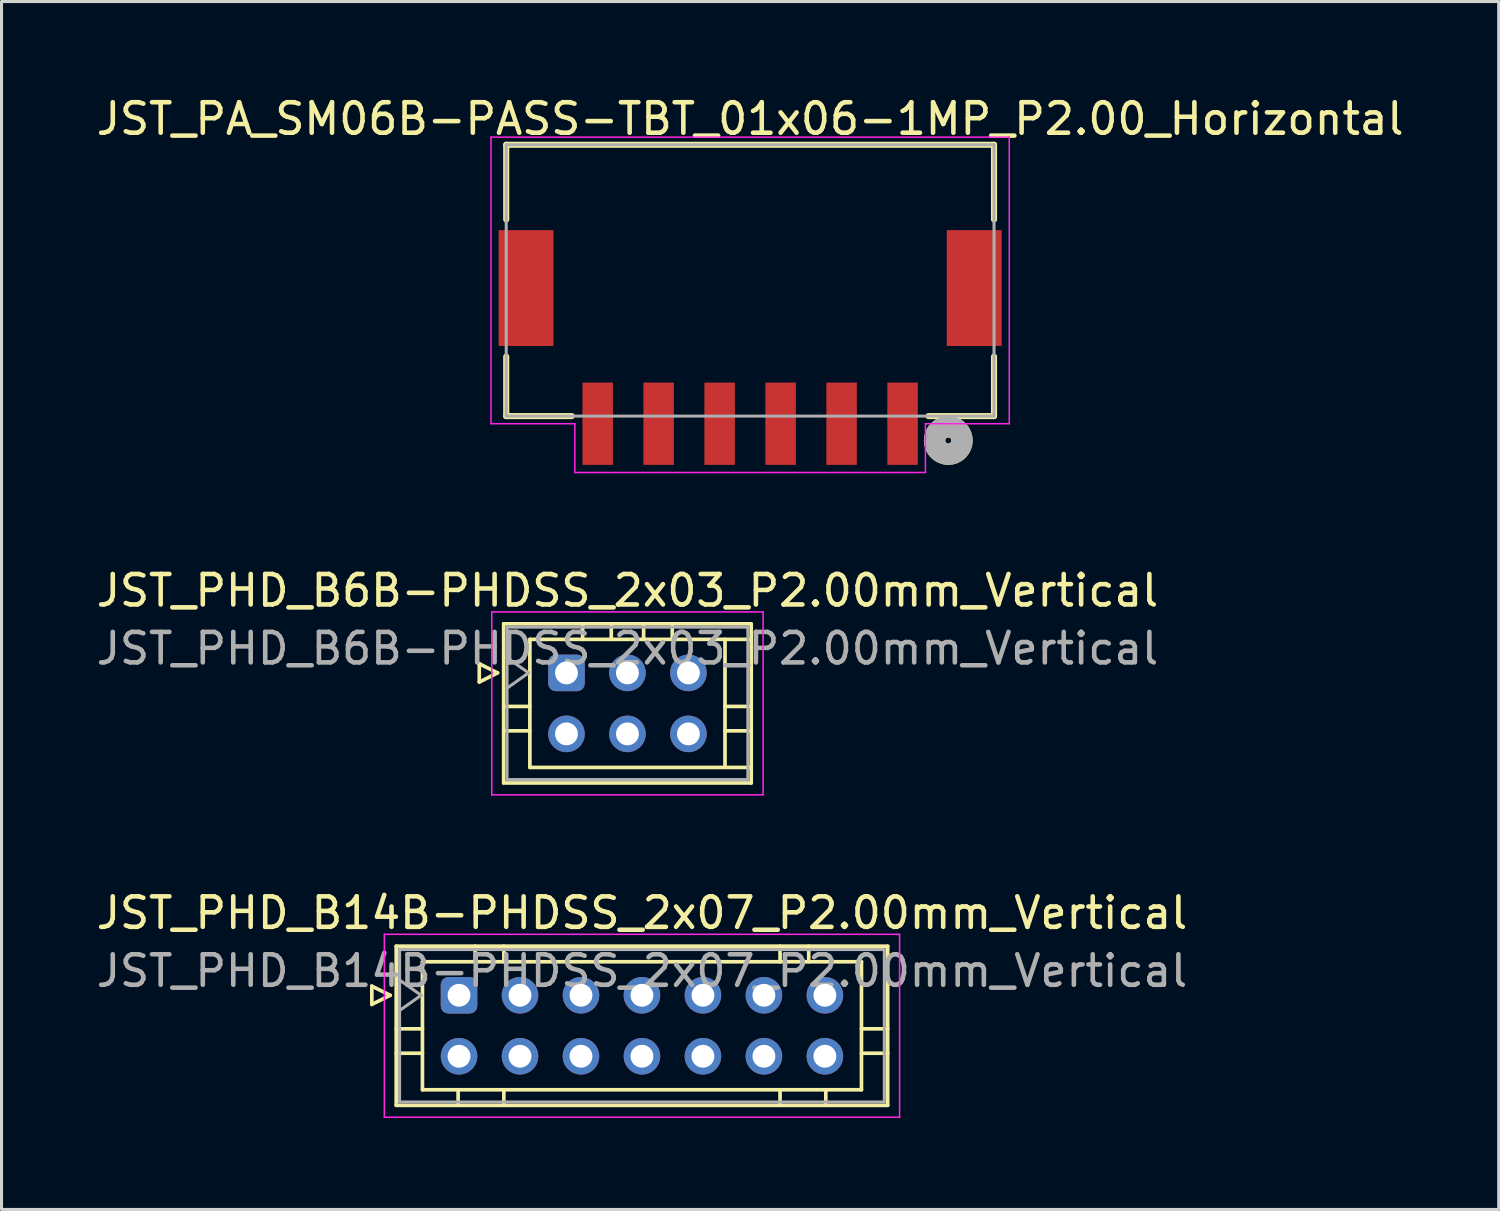
<source format=kicad_pcb>
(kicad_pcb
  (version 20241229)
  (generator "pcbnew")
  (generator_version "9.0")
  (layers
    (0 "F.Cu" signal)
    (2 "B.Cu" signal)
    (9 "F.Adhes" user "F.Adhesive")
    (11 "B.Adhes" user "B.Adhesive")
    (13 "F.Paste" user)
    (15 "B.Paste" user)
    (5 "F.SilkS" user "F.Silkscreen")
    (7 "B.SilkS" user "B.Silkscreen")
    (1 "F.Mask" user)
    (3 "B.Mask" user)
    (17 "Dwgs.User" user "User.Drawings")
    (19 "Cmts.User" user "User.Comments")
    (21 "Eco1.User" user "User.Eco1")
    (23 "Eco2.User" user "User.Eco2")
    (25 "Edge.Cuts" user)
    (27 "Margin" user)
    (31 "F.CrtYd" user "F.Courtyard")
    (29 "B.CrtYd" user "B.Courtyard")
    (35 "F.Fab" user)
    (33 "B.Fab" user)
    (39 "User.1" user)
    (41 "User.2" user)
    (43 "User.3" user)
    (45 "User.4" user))
  (footprint "JST_PHD_B6B-PHDSS_2x03_P2.00mm_Vertical"
    (layer "F.Cu")
    (at 15.53 19.021)
    (property "Reference" "JST_PHD_B6B-PHDSS_2x03_P2.00mm_Vertical" (at 2 -2.7 0) (layer "F.SilkS") (effects (font (size 1 1) (thickness 0.15))))
    (attr through_hole)
    (fp_line (start -2.86 -0.3) (end -2.26 0) (stroke (width 0.12) (type solid)) (layer "F.SilkS"))
    (fp_line (start -2.86 0.3) (end -2.86 -0.3) (stroke (width 0.12) (type solid)) (layer "F.SilkS"))
    (fp_line (start -2.26 0) (end -2.86 0.3) (stroke (width 0.12) (type solid)) (layer "F.SilkS"))
    (fp_line (start -2.06 -1.61) (end -2.06 3.61) (stroke (width 0.12) (type solid)) (layer "F.SilkS"))
    (fp_line (start -2.06 1.1) (end -1.2 1.1) (stroke (width 0.12) (type solid)) (layer "F.SilkS"))
    (fp_line (start -2.06 1.9) (end -1.2 1.9) (stroke (width 0.12) (type solid)) (layer "F.SilkS"))
    (fp_line (start -2.06 3.61) (end 6.06 3.61) (stroke (width 0.12) (type solid)) (layer "F.SilkS"))
    (fp_line (start -1.2 -1.1) (end -1.2 3.1) (stroke (width 0.12) (type solid)) (layer "F.SilkS"))
    (fp_line (start -1.2 3.1) (end 6.05 3.1) (stroke (width 0.12) (type solid)) (layer "F.SilkS"))
    (fp_line (start 0.53 -1.61) (end 0.53 -1.1) (stroke (width 0.12) (type solid)) (layer "F.SilkS"))
    (fp_line (start 1.47 -1.61) (end 1.47 -1.1) (stroke (width 0.12) (type solid)) (layer "F.SilkS"))
    (fp_line (start 2.53 -1.61) (end 2.53 -1.1) (stroke (width 0.12) (type solid)) (layer "F.SilkS"))
    (fp_line (start 3.47 -1.61) (end 3.47 -1.1) (stroke (width 0.12) (type solid)) (layer "F.SilkS"))
    (fp_line (start 5.2 3.1) (end 5.2 -1.1) (stroke (width 0.12) (type solid)) (layer "F.SilkS"))
    (fp_line (start 6.05 -1.61) (end -2.06 -1.61) (stroke (width 0.12) (type solid)) (layer "F.SilkS"))
    (fp_line (start 6.05 -1.1) (end -1.2 -1.1) (stroke (width 0.12) (type solid)) (layer "F.SilkS"))
    (fp_line (start 6.06 1.1) (end 5.2 1.1) (stroke (width 0.12) (type solid)) (layer "F.SilkS"))
    (fp_line (start 6.06 1.9) (end 5.2 1.9) (stroke (width 0.12) (type solid)) (layer "F.SilkS"))
    (fp_line (start 6.06 3.61) (end 6.06 -1.61) (stroke (width 0.12) (type solid)) (layer "F.SilkS"))
    (fp_line (start -2.45 -2) (end -2.45 4) (stroke (width 0.05) (type solid)) (layer "F.CrtYd"))
    (fp_line (start -2.45 4) (end 6.45 4) (stroke (width 0.05) (type solid)) (layer "F.CrtYd"))
    (fp_line (start 6.45 -2) (end -2.45 -2) (stroke (width 0.05) (type solid)) (layer "F.CrtYd"))
    (fp_line (start 6.45 4) (end 6.45 -2) (stroke (width 0.05) (type solid)) (layer "F.CrtYd"))
    (fp_line (start -1.95 -1.5) (end -1.95 3.5) (stroke (width 0.1) (type solid)) (layer "F.Fab"))
    (fp_line (start -1.95 0.5) (end -1.243 0) (stroke (width 0.1) (type solid)) (layer "F.Fab"))
    (fp_line (start -1.95 3.5) (end 5.95 3.5) (stroke (width 0.1) (type solid)) (layer "F.Fab"))
    (fp_line (start -1.243 0) (end -1.95 -0.5) (stroke (width 0.1) (type solid)) (layer "F.Fab"))
    (fp_line (start 5.95 -1.5) (end -1.95 -1.5) (stroke (width 0.1) (type solid)) (layer "F.Fab"))
    (fp_line (start 5.95 3.5) (end 5.95 -1.5) (stroke (width 0.1) (type solid)) (layer "F.Fab"))
    (fp_text user "${REFERENCE}" (at 2 -0.8 0) (layer "F.Fab") (effects (font (size 1 1) (thickness 0.15))))
    (pad "1" thru_hole roundrect (at 0 0) (size 1.2 1.2) (drill 0.75) (layers "*.Cu" "*.Mask") (roundrect_rratio 0.208))
    (pad "2" thru_hole circle (at 0 2) (size 1.2 1.2) (drill 0.75) (layers "*.Cu" "*.Mask"))
    (pad "3" thru_hole circle (at 2 0) (size 1.2 1.2) (drill 0.75) (layers "*.Cu" "*.Mask"))
    (pad "4" thru_hole circle (at 2 2) (size 1.2 1.2) (drill 0.75) (layers "*.Cu" "*.Mask"))
    (pad "5" thru_hole circle (at 4 0) (size 1.2 1.2) (drill 0.75) (layers "*.Cu" "*.Mask"))
    (pad "6" thru_hole circle (at 4 2) (size 1.2 1.2) (drill 0.75) (layers "*.Cu" "*.Mask")))
  (footprint "JST_PHD_B14B-PHDSS_2x07_P2.00mm_Vertical"
    (layer "F.Cu")
    (at 12.006 29.595)
    (property "Reference" "JST_PHD_B14B-PHDSS_2x07_P2.00mm_Vertical" (at 6 -2.7 0) (layer "F.SilkS") (effects (font (size 1 1) (thickness 0.15))))
    (attr through_hole)
    (fp_line (start -2.86 -0.3) (end -2.26 0) (stroke (width 0.12) (type solid)) (layer "F.SilkS"))
    (fp_line (start -2.86 0.3) (end -2.86 -0.3) (stroke (width 0.12) (type solid)) (layer "F.SilkS"))
    (fp_line (start -2.26 0) (end -2.86 0.3) (stroke (width 0.12) (type solid)) (layer "F.SilkS"))
    (fp_line (start -2.06 -1.61) (end -2.06 3.61) (stroke (width 0.12) (type solid)) (layer "F.SilkS"))
    (fp_line (start -2.06 1.1) (end -1.2 1.1) (stroke (width 0.12) (type solid)) (layer "F.SilkS"))
    (fp_line (start -2.06 1.9) (end -1.2 1.9) (stroke (width 0.12) (type solid)) (layer "F.SilkS"))
    (fp_line (start -2.06 3.61) (end 14.06 3.61) (stroke (width 0.12) (type solid)) (layer "F.SilkS"))
    (fp_line (start -1.2 -1.1) (end -1.2 3.1) (stroke (width 0.12) (type solid)) (layer "F.SilkS"))
    (fp_line (start -1.2 3.1) (end 13.2 3.1) (stroke (width 0.12) (type solid)) (layer "F.SilkS"))
    (fp_line (start -0.03 3.61) (end -0.03 3.1) (stroke (width 0.12) (type solid)) (layer "F.SilkS"))
    (fp_line (start 0.53 -1.61) (end 0.53 -1.1) (stroke (width 0.12) (type solid)) (layer "F.SilkS"))
    (fp_line (start 1.47 -1.61) (end 1.47 -1.1) (stroke (width 0.12) (type solid)) (layer "F.SilkS"))
    (fp_line (start 1.47 3.61) (end 1.47 3.1) (stroke (width 0.12) (type solid)) (layer "F.SilkS"))
    (fp_line (start 10.53 -1.61) (end 10.53 -1.1) (stroke (width 0.12) (type solid)) (layer "F.SilkS"))
    (fp_line (start 10.53 3.61) (end 10.53 3.1) (stroke (width 0.12) (type solid)) (layer "F.SilkS"))
    (fp_line (start 11.47 -1.61) (end 11.47 -1.1) (stroke (width 0.12) (type solid)) (layer "F.SilkS"))
    (fp_line (start 12.03 3.61) (end 12.03 3.1) (stroke (width 0.12) (type solid)) (layer "F.SilkS"))
    (fp_line (start 13.2 -1.1) (end -1.2 -1.1) (stroke (width 0.12) (type solid)) (layer "F.SilkS"))
    (fp_line (start 13.2 3.1) (end 13.2 -1.1) (stroke (width 0.12) (type solid)) (layer "F.SilkS"))
    (fp_line (start 14.06 -1.61) (end -2.06 -1.61) (stroke (width 0.12) (type solid)) (layer "F.SilkS"))
    (fp_line (start 14.06 1.1) (end 13.2 1.1) (stroke (width 0.12) (type solid)) (layer "F.SilkS"))
    (fp_line (start 14.06 1.9) (end 13.2 1.9) (stroke (width 0.12) (type solid)) (layer "F.SilkS"))
    (fp_line (start 14.06 3.61) (end 14.06 -1.61) (stroke (width 0.12) (type solid)) (layer "F.SilkS"))
    (fp_line (start -2.45 -2) (end -2.45 4) (stroke (width 0.05) (type solid)) (layer "F.CrtYd"))
    (fp_line (start -2.45 4) (end 14.45 4) (stroke (width 0.05) (type solid)) (layer "F.CrtYd"))
    (fp_line (start 14.45 -2) (end -2.45 -2) (stroke (width 0.05) (type solid)) (layer "F.CrtYd"))
    (fp_line (start 14.45 4) (end 14.45 -2) (stroke (width 0.05) (type solid)) (layer "F.CrtYd"))
    (fp_line (start -1.95 -1.5) (end -1.95 3.5) (stroke (width 0.1) (type solid)) (layer "F.Fab"))
    (fp_line (start -1.95 0.5) (end -1.243 0) (stroke (width 0.1) (type solid)) (layer "F.Fab"))
    (fp_line (start -1.95 3.5) (end 13.95 3.5) (stroke (width 0.1) (type solid)) (layer "F.Fab"))
    (fp_line (start -1.243 0) (end -1.95 -0.5) (stroke (width 0.1) (type solid)) (layer "F.Fab"))
    (fp_line (start 13.95 -1.5) (end -1.95 -1.5) (stroke (width 0.1) (type solid)) (layer "F.Fab"))
    (fp_line (start 13.95 3.5) (end 13.95 -1.5) (stroke (width 0.1) (type solid)) (layer "F.Fab"))
    (fp_text user "${REFERENCE}" (at 6 -0.8 0) (layer "F.Fab") (effects (font (size 1 1) (thickness 0.15))))
    (pad "1" thru_hole roundrect (at 0 0) (size 1.2 1.2) (drill 0.75) (layers "*.Cu" "*.Mask") (roundrect_rratio 0.208))
    (pad "2" thru_hole circle (at 0 2) (size 1.2 1.2) (drill 0.75) (layers "*.Cu" "*.Mask"))
    (pad "3" thru_hole circle (at 2 0) (size 1.2 1.2) (drill 0.75) (layers "*.Cu" "*.Mask"))
    (pad "4" thru_hole circle (at 2 2) (size 1.2 1.2) (drill 0.75) (layers "*.Cu" "*.Mask"))
    (pad "5" thru_hole circle (at 4 0) (size 1.2 1.2) (drill 0.75) (layers "*.Cu" "*.Mask"))
    (pad "6" thru_hole circle (at 4 2) (size 1.2 1.2) (drill 0.75) (layers "*.Cu" "*.Mask"))
    (pad "7" thru_hole circle (at 6 0) (size 1.2 1.2) (drill 0.75) (layers "*.Cu" "*.Mask"))
    (pad "8" thru_hole circle (at 6 2) (size 1.2 1.2) (drill 0.75) (layers "*.Cu" "*.Mask"))
    (pad "9" thru_hole circle (at 8 0) (size 1.2 1.2) (drill 0.75) (layers "*.Cu" "*.Mask"))
    (pad "10" thru_hole circle (at 8 2) (size 1.2 1.2) (drill 0.75) (layers "*.Cu" "*.Mask"))
    (pad "11" thru_hole circle (at 10 0) (size 1.2 1.2) (drill 0.75) (layers "*.Cu" "*.Mask"))
    (pad "12" thru_hole circle (at 10 2) (size 1.2 1.2) (drill 0.75) (layers "*.Cu" "*.Mask"))
    (pad "13" thru_hole circle (at 12 0) (size 1.2 1.2) (drill 0.75) (layers "*.Cu" "*.Mask"))
    (pad "14" thru_hole circle (at 12 2) (size 1.2 1.2) (drill 0.75) (layers "*.Cu" "*.Mask")))
  (footprint "JST_PA_SM06B-PASS-TBT_01x06-1MP_P2.00_Horizontal"
    (layer "F.Cu")
    (at 21.554 6.948)
    (property "Reference" "JST_PA_SM06B-PASS-TBT_01x06-1MP_P2.00_Horizontal" (at 0 -6.1 0) (layer "F.SilkS") (effects (font (size 1 1) (thickness 0.15))))
    (attr through_hole)
    (fp_line (start -8 -5.25) (end 8 -5.25) (stroke (width 0.2) (type solid)) (layer "F.SilkS"))
    (fp_line (start -8 -2.8) (end -8 -5.25) (stroke (width 0.2) (type solid)) (layer "F.SilkS"))
    (fp_line (start -8 1.7) (end -8 3.65) (stroke (width 0.2) (type solid)) (layer "F.SilkS"))
    (fp_line (start -8 3.65) (end -5.85 3.65) (stroke (width 0.2) (type solid)) (layer "F.SilkS"))
    (fp_line (start 8 -5.25) (end 8 -2.8) (stroke (width 0.2) (type solid)) (layer "F.SilkS"))
    (fp_line (start 8 1.7) (end 8 3.65) (stroke (width 0.2) (type solid)) (layer "F.SilkS"))
    (fp_line (start 8 3.65) (end 5.85 3.65) (stroke (width 0.2) (type solid)) (layer "F.SilkS"))
    (fp_circle (center 6.5 4.45) (end 6.6 4.45) (stroke (width 0.7) (type solid)) (fill no) (layer "F.SilkS"))
    (fp_line (start -8.5 -5.5) (end -8.5 3.9) (stroke (width 0.05) (type solid)) (layer "F.CrtYd"))
    (fp_line (start -8.5 3.9) (end -5.75 3.9) (stroke (width 0.05) (type solid)) (layer "F.CrtYd"))
    (fp_line (start -5.75 3.9) (end -5.75 5.5) (stroke (width 0.05) (type solid)) (layer "F.CrtYd"))
    (fp_line (start -5.75 5.5) (end 5.75 5.5) (stroke (width 0.05) (type solid)) (layer "F.CrtYd"))
    (fp_line (start 5.75 3.9) (end 8.5 3.9) (stroke (width 0.05) (type solid)) (layer "F.CrtYd"))
    (fp_line (start 5.75 5.5) (end 5.75 3.9) (stroke (width 0.05) (type solid)) (layer "F.CrtYd"))
    (fp_line (start 8.5 -5.5) (end -8.5 -5.5) (stroke (width 0.05) (type solid)) (layer "F.CrtYd"))
    (fp_line (start 8.5 3.9) (end 8.5 -5.5) (stroke (width 0.05) (type solid)) (layer "F.CrtYd"))
    (fp_line (start -8 -5.25) (end -8 3.65) (stroke (width 0.1) (type solid)) (layer "F.Fab"))
    (fp_line (start -8 -5.25) (end 8 -5.25) (stroke (width 0.1) (type solid)) (layer "F.Fab"))
    (fp_line (start -8 3.65) (end 8 3.65) (stroke (width 0.1) (type solid)) (layer "F.Fab"))
    (fp_line (start 8 3.65) (end 8 -5.25) (stroke (width 0.1) (type solid)) (layer "F.Fab"))
    (fp_circle (center 6.5 4.45) (end 6.6 4.45) (stroke (width 0.7) (type solid)) (fill no) (layer "F.Fab"))
    (pad "1" smd rect (at 5 3.9) (size 1 2.7) (layers "F.Cu" "F.Mask" "F.Paste"))
    (pad "2" smd rect (at 3 3.9) (size 1 2.7) (layers "F.Cu" "F.Mask" "F.Paste"))
    (pad "3" smd rect (at 1 3.9) (size 1 2.7) (layers "F.Cu" "F.Mask" "F.Paste"))
    (pad "4" smd rect (at -1 3.9) (size 1 2.7) (layers "F.Cu" "F.Mask" "F.Paste"))
    (pad "5" smd rect (at -3 3.9) (size 1 2.7) (layers "F.Cu" "F.Mask" "F.Paste"))
    (pad "6" smd rect (at -5 3.9) (size 1 2.7) (layers "F.Cu" "F.Mask" "F.Paste"))
    (pad "S1" smd rect (at 7.35 -0.55) (size 1.8 3.8) (layers "F.Cu" "F.Mask" "F.Paste"))
    (pad "S2" smd rect (at -7.35 -0.55) (size 1.8 3.8) (layers "F.Cu" "F.Mask" "F.Paste")))
  (gr_rect
    (start -3 -3)
    (end 46.107 36.62)
    (stroke (width 0.1) (type default))
    (fill no)
    (layer "Edge.Cuts")))
</source>
